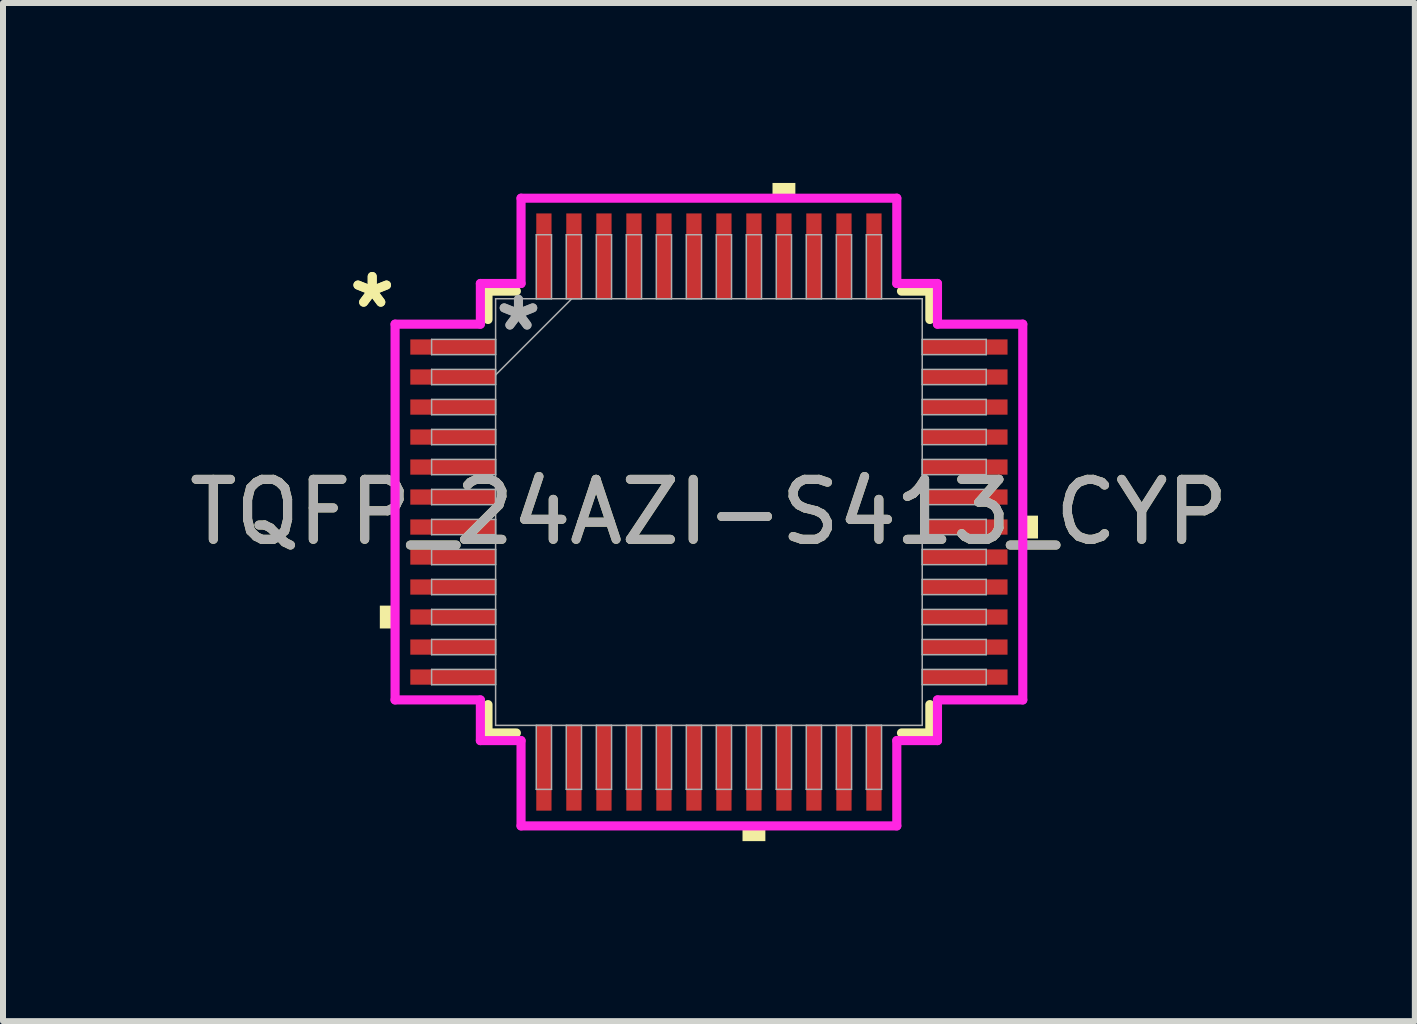
<source format=kicad_pcb>
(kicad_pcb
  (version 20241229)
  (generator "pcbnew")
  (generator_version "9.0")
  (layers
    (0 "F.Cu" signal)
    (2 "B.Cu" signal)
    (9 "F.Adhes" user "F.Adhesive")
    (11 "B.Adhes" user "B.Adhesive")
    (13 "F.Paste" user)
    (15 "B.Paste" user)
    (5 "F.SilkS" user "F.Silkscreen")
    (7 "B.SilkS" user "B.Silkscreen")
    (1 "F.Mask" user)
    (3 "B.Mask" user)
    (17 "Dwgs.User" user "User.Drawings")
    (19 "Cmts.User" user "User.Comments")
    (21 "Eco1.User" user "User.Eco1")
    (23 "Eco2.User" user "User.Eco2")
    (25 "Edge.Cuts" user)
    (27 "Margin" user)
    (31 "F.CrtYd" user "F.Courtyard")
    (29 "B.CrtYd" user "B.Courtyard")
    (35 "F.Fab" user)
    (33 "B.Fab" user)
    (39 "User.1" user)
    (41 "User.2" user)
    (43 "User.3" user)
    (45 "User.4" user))
  (footprint "TQFP_24AZI-S413_CYP"
    (layer "F.Cu")
    (at 8.768 5.486)
    (property "Reference" "TQFP_24AZI-S413_CYP" (at 0 0 0) (unlocked yes) (layer "F.SilkS") (effects (font (size 1 1) (thickness 0.15))))
    (attr smd)
    (fp_line (start -3.683 -3.683) (end -3.683 -3.21) (stroke (width 0.152) (type solid)) (layer "F.SilkS"))
    (fp_line (start -3.683 3.21) (end -3.683 3.683) (stroke (width 0.152) (type solid)) (layer "F.SilkS"))
    (fp_line (start -3.683 3.683) (end -3.21 3.683) (stroke (width 0.152) (type solid)) (layer "F.SilkS"))
    (fp_line (start -3.21 -3.683) (end -3.683 -3.683) (stroke (width 0.152) (type solid)) (layer "F.SilkS"))
    (fp_line (start 3.21 3.683) (end 3.683 3.683) (stroke (width 0.152) (type solid)) (layer "F.SilkS"))
    (fp_line (start 3.683 -3.683) (end 3.21 -3.683) (stroke (width 0.152) (type solid)) (layer "F.SilkS"))
    (fp_line (start 3.683 -3.21) (end 3.683 -3.683) (stroke (width 0.152) (type solid)) (layer "F.SilkS"))
    (fp_line (start 3.683 3.683) (end 3.683 3.21) (stroke (width 0.152) (type solid)) (layer "F.SilkS"))
    (fp_poly (pts (xy -5.486 1.56) (xy -5.486 1.941) (xy -5.232 1.941) (xy -5.232 1.56)) (stroke (width 0) (type solid)) (fill yes) (layer "F.SilkS"))
    (fp_poly (pts (xy 0.56 5.232) (xy 0.56 5.486) (xy 0.941 5.486) (xy 0.941 5.232)) (stroke (width 0) (type solid)) (fill yes) (layer "F.SilkS"))
    (fp_poly (pts (xy 1.06 -5.232) (xy 1.06 -5.486) (xy 1.441 -5.486) (xy 1.441 -5.232)) (stroke (width 0) (type solid)) (fill yes) (layer "F.SilkS"))
    (fp_poly (pts (xy 5.486 0.06) (xy 5.486 0.441) (xy 5.232 0.441) (xy 5.232 0.06)) (stroke (width 0) (type solid)) (fill yes) (layer "F.SilkS"))
    (fp_line (start -5.232 -3.132) (end -3.81 -3.132) (stroke (width 0.152) (type solid)) (layer "F.CrtYd"))
    (fp_line (start -5.232 3.132) (end -5.232 -3.132) (stroke (width 0.152) (type solid)) (layer "F.CrtYd"))
    (fp_line (start -3.81 -3.81) (end -3.132 -3.81) (stroke (width 0.152) (type solid)) (layer "F.CrtYd"))
    (fp_line (start -3.81 -3.132) (end -3.81 -3.81) (stroke (width 0.152) (type solid)) (layer "F.CrtYd"))
    (fp_line (start -3.81 3.132) (end -5.232 3.132) (stroke (width 0.152) (type solid)) (layer "F.CrtYd"))
    (fp_line (start -3.81 3.81) (end -3.81 3.132) (stroke (width 0.152) (type solid)) (layer "F.CrtYd"))
    (fp_line (start -3.81 3.81) (end -3.132 3.81) (stroke (width 0.152) (type solid)) (layer "F.CrtYd"))
    (fp_line (start -3.132 -5.232) (end 3.132 -5.232) (stroke (width 0.152) (type solid)) (layer "F.CrtYd"))
    (fp_line (start -3.132 -3.81) (end -3.132 -5.232) (stroke (width 0.152) (type solid)) (layer "F.CrtYd"))
    (fp_line (start -3.132 3.81) (end -3.132 5.232) (stroke (width 0.152) (type solid)) (layer "F.CrtYd"))
    (fp_line (start -3.132 5.232) (end 3.132 5.232) (stroke (width 0.152) (type solid)) (layer "F.CrtYd"))
    (fp_line (start 3.132 -5.232) (end 3.132 -3.81) (stroke (width 0.152) (type solid)) (layer "F.CrtYd"))
    (fp_line (start 3.132 -3.81) (end 3.81 -3.81) (stroke (width 0.152) (type solid)) (layer "F.CrtYd"))
    (fp_line (start 3.132 3.81) (end 3.81 3.81) (stroke (width 0.152) (type solid)) (layer "F.CrtYd"))
    (fp_line (start 3.132 5.232) (end 3.132 3.81) (stroke (width 0.152) (type solid)) (layer "F.CrtYd"))
    (fp_line (start 3.81 -3.132) (end 3.81 -3.81) (stroke (width 0.152) (type solid)) (layer "F.CrtYd"))
    (fp_line (start 3.81 3.132) (end 5.232 3.132) (stroke (width 0.152) (type solid)) (layer "F.CrtYd"))
    (fp_line (start 3.81 3.81) (end 3.81 3.132) (stroke (width 0.152) (type solid)) (layer "F.CrtYd"))
    (fp_line (start 5.232 -3.132) (end 3.81 -3.132) (stroke (width 0.152) (type solid)) (layer "F.CrtYd"))
    (fp_line (start 5.232 3.132) (end 5.232 -3.132) (stroke (width 0.152) (type solid)) (layer "F.CrtYd"))
    (fp_line (start -4.623 -2.878) (end -4.623 -2.624) (stroke (width 0.025) (type solid)) (layer "F.Fab"))
    (fp_line (start -4.623 -2.624) (end -3.556 -2.624) (stroke (width 0.025) (type solid)) (layer "F.Fab"))
    (fp_line (start -4.623 -2.378) (end -4.623 -2.124) (stroke (width 0.025) (type solid)) (layer "F.Fab"))
    (fp_line (start -4.623 -2.124) (end -3.556 -2.124) (stroke (width 0.025) (type solid)) (layer "F.Fab"))
    (fp_line (start -4.623 -1.877) (end -4.623 -1.623) (stroke (width 0.025) (type solid)) (layer "F.Fab"))
    (fp_line (start -4.623 -1.623) (end -3.556 -1.623) (stroke (width 0.025) (type solid)) (layer "F.Fab"))
    (fp_line (start -4.623 -1.377) (end -4.623 -1.123) (stroke (width 0.025) (type solid)) (layer "F.Fab"))
    (fp_line (start -4.623 -1.123) (end -3.556 -1.123) (stroke (width 0.025) (type solid)) (layer "F.Fab"))
    (fp_line (start -4.623 -0.877) (end -4.623 -0.623) (stroke (width 0.025) (type solid)) (layer "F.Fab"))
    (fp_line (start -4.623 -0.623) (end -3.556 -0.623) (stroke (width 0.025) (type solid)) (layer "F.Fab"))
    (fp_line (start -4.623 -0.377) (end -4.623 -0.123) (stroke (width 0.025) (type solid)) (layer "F.Fab"))
    (fp_line (start -4.623 -0.123) (end -3.556 -0.123) (stroke (width 0.025) (type solid)) (layer "F.Fab"))
    (fp_line (start -4.623 0.123) (end -4.623 0.377) (stroke (width 0.025) (type solid)) (layer "F.Fab"))
    (fp_line (start -4.623 0.377) (end -3.556 0.377) (stroke (width 0.025) (type solid)) (layer "F.Fab"))
    (fp_line (start -4.623 0.623) (end -4.623 0.877) (stroke (width 0.025) (type solid)) (layer "F.Fab"))
    (fp_line (start -4.623 0.877) (end -3.556 0.877) (stroke (width 0.025) (type solid)) (layer "F.Fab"))
    (fp_line (start -4.623 1.123) (end -4.623 1.377) (stroke (width 0.025) (type solid)) (layer "F.Fab"))
    (fp_line (start -4.623 1.377) (end -3.556 1.377) (stroke (width 0.025) (type solid)) (layer "F.Fab"))
    (fp_line (start -4.623 1.623) (end -4.623 1.877) (stroke (width 0.025) (type solid)) (layer "F.Fab"))
    (fp_line (start -4.623 1.877) (end -3.556 1.877) (stroke (width 0.025) (type solid)) (layer "F.Fab"))
    (fp_line (start -4.623 2.124) (end -4.623 2.378) (stroke (width 0.025) (type solid)) (layer "F.Fab"))
    (fp_line (start -4.623 2.378) (end -3.556 2.378) (stroke (width 0.025) (type solid)) (layer "F.Fab"))
    (fp_line (start -4.623 2.624) (end -4.623 2.878) (stroke (width 0.025) (type solid)) (layer "F.Fab"))
    (fp_line (start -4.623 2.878) (end -3.556 2.878) (stroke (width 0.025) (type solid)) (layer "F.Fab"))
    (fp_line (start -3.556 -3.556) (end -3.556 -3.556) (stroke (width 0.025) (type solid)) (layer "F.Fab"))
    (fp_line (start -3.556 -3.556) (end -3.556 3.556) (stroke (width 0.025) (type solid)) (layer "F.Fab"))
    (fp_line (start -3.556 -2.878) (end -4.623 -2.878) (stroke (width 0.025) (type solid)) (layer "F.Fab"))
    (fp_line (start -3.556 -2.624) (end -3.556 -2.878) (stroke (width 0.025) (type solid)) (layer "F.Fab"))
    (fp_line (start -3.556 -2.378) (end -4.623 -2.378) (stroke (width 0.025) (type solid)) (layer "F.Fab"))
    (fp_line (start -3.556 -2.286) (end -2.286 -3.556) (stroke (width 0.025) (type solid)) (layer "F.Fab"))
    (fp_line (start -3.556 -2.124) (end -3.556 -2.378) (stroke (width 0.025) (type solid)) (layer "F.Fab"))
    (fp_line (start -3.556 -1.877) (end -4.623 -1.877) (stroke (width 0.025) (type solid)) (layer "F.Fab"))
    (fp_line (start -3.556 -1.623) (end -3.556 -1.877) (stroke (width 0.025) (type solid)) (layer "F.Fab"))
    (fp_line (start -3.556 -1.377) (end -4.623 -1.377) (stroke (width 0.025) (type solid)) (layer "F.Fab"))
    (fp_line (start -3.556 -1.123) (end -3.556 -1.377) (stroke (width 0.025) (type solid)) (layer "F.Fab"))
    (fp_line (start -3.556 -0.877) (end -4.623 -0.877) (stroke (width 0.025) (type solid)) (layer "F.Fab"))
    (fp_line (start -3.556 -0.623) (end -3.556 -0.877) (stroke (width 0.025) (type solid)) (layer "F.Fab"))
    (fp_line (start -3.556 -0.377) (end -4.623 -0.377) (stroke (width 0.025) (type solid)) (layer "F.Fab"))
    (fp_line (start -3.556 -0.123) (end -3.556 -0.377) (stroke (width 0.025) (type solid)) (layer "F.Fab"))
    (fp_line (start -3.556 0.123) (end -4.623 0.123) (stroke (width 0.025) (type solid)) (layer "F.Fab"))
    (fp_line (start -3.556 0.377) (end -3.556 0.123) (stroke (width 0.025) (type solid)) (layer "F.Fab"))
    (fp_line (start -3.556 0.623) (end -4.623 0.623) (stroke (width 0.025) (type solid)) (layer "F.Fab"))
    (fp_line (start -3.556 0.877) (end -3.556 0.623) (stroke (width 0.025) (type solid)) (layer "F.Fab"))
    (fp_line (start -3.556 1.123) (end -4.623 1.123) (stroke (width 0.025) (type solid)) (layer "F.Fab"))
    (fp_line (start -3.556 1.377) (end -3.556 1.123) (stroke (width 0.025) (type solid)) (layer "F.Fab"))
    (fp_line (start -3.556 1.623) (end -4.623 1.623) (stroke (width 0.025) (type solid)) (layer "F.Fab"))
    (fp_line (start -3.556 1.877) (end -3.556 1.623) (stroke (width 0.025) (type solid)) (layer "F.Fab"))
    (fp_line (start -3.556 2.124) (end -4.623 2.124) (stroke (width 0.025) (type solid)) (layer "F.Fab"))
    (fp_line (start -3.556 2.378) (end -3.556 2.124) (stroke (width 0.025) (type solid)) (layer "F.Fab"))
    (fp_line (start -3.556 2.624) (end -4.623 2.624) (stroke (width 0.025) (type solid)) (layer "F.Fab"))
    (fp_line (start -3.556 2.878) (end -3.556 2.624) (stroke (width 0.025) (type solid)) (layer "F.Fab"))
    (fp_line (start -3.556 3.556) (end -3.556 3.556) (stroke (width 0.025) (type solid)) (layer "F.Fab"))
    (fp_line (start -3.556 3.556) (end 3.556 3.556) (stroke (width 0.025) (type solid)) (layer "F.Fab"))
    (fp_line (start -2.878 -4.623) (end -2.878 -3.556) (stroke (width 0.025) (type solid)) (layer "F.Fab"))
    (fp_line (start -2.878 -3.556) (end -2.624 -3.556) (stroke (width 0.025) (type solid)) (layer "F.Fab"))
    (fp_line (start -2.878 3.556) (end -2.878 4.623) (stroke (width 0.025) (type solid)) (layer "F.Fab"))
    (fp_line (start -2.878 4.623) (end -2.624 4.623) (stroke (width 0.025) (type solid)) (layer "F.Fab"))
    (fp_line (start -2.624 -4.623) (end -2.878 -4.623) (stroke (width 0.025) (type solid)) (layer "F.Fab"))
    (fp_line (start -2.624 -3.556) (end -2.624 -4.623) (stroke (width 0.025) (type solid)) (layer "F.Fab"))
    (fp_line (start -2.624 3.556) (end -2.878 3.556) (stroke (width 0.025) (type solid)) (layer "F.Fab"))
    (fp_line (start -2.624 4.623) (end -2.624 3.556) (stroke (width 0.025) (type solid)) (layer "F.Fab"))
    (fp_line (start -2.378 -4.623) (end -2.378 -3.556) (stroke (width 0.025) (type solid)) (layer "F.Fab"))
    (fp_line (start -2.378 -3.556) (end -2.124 -3.556) (stroke (width 0.025) (type solid)) (layer "F.Fab"))
    (fp_line (start -2.378 3.556) (end -2.378 4.623) (stroke (width 0.025) (type solid)) (layer "F.Fab"))
    (fp_line (start -2.378 4.623) (end -2.124 4.623) (stroke (width 0.025) (type solid)) (layer "F.Fab"))
    (fp_line (start -2.124 -4.623) (end -2.378 -4.623) (stroke (width 0.025) (type solid)) (layer "F.Fab"))
    (fp_line (start -2.124 -3.556) (end -2.124 -4.623) (stroke (width 0.025) (type solid)) (layer "F.Fab"))
    (fp_line (start -2.124 3.556) (end -2.378 3.556) (stroke (width 0.025) (type solid)) (layer "F.Fab"))
    (fp_line (start -2.124 4.623) (end -2.124 3.556) (stroke (width 0.025) (type solid)) (layer "F.Fab"))
    (fp_line (start -1.877 -4.623) (end -1.877 -3.556) (stroke (width 0.025) (type solid)) (layer "F.Fab"))
    (fp_line (start -1.877 -3.556) (end -1.623 -3.556) (stroke (width 0.025) (type solid)) (layer "F.Fab"))
    (fp_line (start -1.877 3.556) (end -1.877 4.623) (stroke (width 0.025) (type solid)) (layer "F.Fab"))
    (fp_line (start -1.877 4.623) (end -1.623 4.623) (stroke (width 0.025) (type solid)) (layer "F.Fab"))
    (fp_line (start -1.623 -4.623) (end -1.877 -4.623) (stroke (width 0.025) (type solid)) (layer "F.Fab"))
    (fp_line (start -1.623 -3.556) (end -1.623 -4.623) (stroke (width 0.025) (type solid)) (layer "F.Fab"))
    (fp_line (start -1.623 3.556) (end -1.877 3.556) (stroke (width 0.025) (type solid)) (layer "F.Fab"))
    (fp_line (start -1.623 4.623) (end -1.623 3.556) (stroke (width 0.025) (type solid)) (layer "F.Fab"))
    (fp_line (start -1.377 -4.623) (end -1.377 -3.556) (stroke (width 0.025) (type solid)) (layer "F.Fab"))
    (fp_line (start -1.377 -3.556) (end -1.123 -3.556) (stroke (width 0.025) (type solid)) (layer "F.Fab"))
    (fp_line (start -1.377 3.556) (end -1.377 4.623) (stroke (width 0.025) (type solid)) (layer "F.Fab"))
    (fp_line (start -1.377 4.623) (end -1.123 4.623) (stroke (width 0.025) (type solid)) (layer "F.Fab"))
    (fp_line (start -1.123 -4.623) (end -1.377 -4.623) (stroke (width 0.025) (type solid)) (layer "F.Fab"))
    (fp_line (start -1.123 -3.556) (end -1.123 -4.623) (stroke (width 0.025) (type solid)) (layer "F.Fab"))
    (fp_line (start -1.123 3.556) (end -1.377 3.556) (stroke (width 0.025) (type solid)) (layer "F.Fab"))
    (fp_line (start -1.123 4.623) (end -1.123 3.556) (stroke (width 0.025) (type solid)) (layer "F.Fab"))
    (fp_line (start -0.877 -4.623) (end -0.877 -3.556) (stroke (width 0.025) (type solid)) (layer "F.Fab"))
    (fp_line (start -0.877 -3.556) (end -0.623 -3.556) (stroke (width 0.025) (type solid)) (layer "F.Fab"))
    (fp_line (start -0.877 3.556) (end -0.877 4.623) (stroke (width 0.025) (type solid)) (layer "F.Fab"))
    (fp_line (start -0.877 4.623) (end -0.623 4.623) (stroke (width 0.025) (type solid)) (layer "F.Fab"))
    (fp_line (start -0.623 -4.623) (end -0.877 -4.623) (stroke (width 0.025) (type solid)) (layer "F.Fab"))
    (fp_line (start -0.623 -3.556) (end -0.623 -4.623) (stroke (width 0.025) (type solid)) (layer "F.Fab"))
    (fp_line (start -0.623 3.556) (end -0.877 3.556) (stroke (width 0.025) (type solid)) (layer "F.Fab"))
    (fp_line (start -0.623 4.623) (end -0.623 3.556) (stroke (width 0.025) (type solid)) (layer "F.Fab"))
    (fp_line (start -0.377 -4.623) (end -0.377 -3.556) (stroke (width 0.025) (type solid)) (layer "F.Fab"))
    (fp_line (start -0.377 -3.556) (end -0.123 -3.556) (stroke (width 0.025) (type solid)) (layer "F.Fab"))
    (fp_line (start -0.377 3.556) (end -0.377 4.623) (stroke (width 0.025) (type solid)) (layer "F.Fab"))
    (fp_line (start -0.377 4.623) (end -0.123 4.623) (stroke (width 0.025) (type solid)) (layer "F.Fab"))
    (fp_line (start -0.123 -4.623) (end -0.377 -4.623) (stroke (width 0.025) (type solid)) (layer "F.Fab"))
    (fp_line (start -0.123 -3.556) (end -0.123 -4.623) (stroke (width 0.025) (type solid)) (layer "F.Fab"))
    (fp_line (start -0.123 3.556) (end -0.377 3.556) (stroke (width 0.025) (type solid)) (layer "F.Fab"))
    (fp_line (start -0.123 4.623) (end -0.123 3.556) (stroke (width 0.025) (type solid)) (layer "F.Fab"))
    (fp_line (start 0.123 -4.623) (end 0.123 -3.556) (stroke (width 0.025) (type solid)) (layer "F.Fab"))
    (fp_line (start 0.123 -3.556) (end 0.377 -3.556) (stroke (width 0.025) (type solid)) (layer "F.Fab"))
    (fp_line (start 0.123 3.556) (end 0.123 4.623) (stroke (width 0.025) (type solid)) (layer "F.Fab"))
    (fp_line (start 0.123 4.623) (end 0.377 4.623) (stroke (width 0.025) (type solid)) (layer "F.Fab"))
    (fp_line (start 0.377 -4.623) (end 0.123 -4.623) (stroke (width 0.025) (type solid)) (layer "F.Fab"))
    (fp_line (start 0.377 -3.556) (end 0.377 -4.623) (stroke (width 0.025) (type solid)) (layer "F.Fab"))
    (fp_line (start 0.377 3.556) (end 0.123 3.556) (stroke (width 0.025) (type solid)) (layer "F.Fab"))
    (fp_line (start 0.377 4.623) (end 0.377 3.556) (stroke (width 0.025) (type solid)) (layer "F.Fab"))
    (fp_line (start 0.623 -4.623) (end 0.623 -3.556) (stroke (width 0.025) (type solid)) (layer "F.Fab"))
    (fp_line (start 0.623 -3.556) (end 0.877 -3.556) (stroke (width 0.025) (type solid)) (layer "F.Fab"))
    (fp_line (start 0.623 3.556) (end 0.623 4.623) (stroke (width 0.025) (type solid)) (layer "F.Fab"))
    (fp_line (start 0.623 4.623) (end 0.877 4.623) (stroke (width 0.025) (type solid)) (layer "F.Fab"))
    (fp_line (start 0.877 -4.623) (end 0.623 -4.623) (stroke (width 0.025) (type solid)) (layer "F.Fab"))
    (fp_line (start 0.877 -3.556) (end 0.877 -4.623) (stroke (width 0.025) (type solid)) (layer "F.Fab"))
    (fp_line (start 0.877 3.556) (end 0.623 3.556) (stroke (width 0.025) (type solid)) (layer "F.Fab"))
    (fp_line (start 0.877 4.623) (end 0.877 3.556) (stroke (width 0.025) (type solid)) (layer "F.Fab"))
    (fp_line (start 1.123 -4.623) (end 1.123 -3.556) (stroke (width 0.025) (type solid)) (layer "F.Fab"))
    (fp_line (start 1.123 -3.556) (end 1.377 -3.556) (stroke (width 0.025) (type solid)) (layer "F.Fab"))
    (fp_line (start 1.123 3.556) (end 1.123 4.623) (stroke (width 0.025) (type solid)) (layer "F.Fab"))
    (fp_line (start 1.123 4.623) (end 1.377 4.623) (stroke (width 0.025) (type solid)) (layer "F.Fab"))
    (fp_line (start 1.377 -4.623) (end 1.123 -4.623) (stroke (width 0.025) (type solid)) (layer "F.Fab"))
    (fp_line (start 1.377 -3.556) (end 1.377 -4.623) (stroke (width 0.025) (type solid)) (layer "F.Fab"))
    (fp_line (start 1.377 3.556) (end 1.123 3.556) (stroke (width 0.025) (type solid)) (layer "F.Fab"))
    (fp_line (start 1.377 4.623) (end 1.377 3.556) (stroke (width 0.025) (type solid)) (layer "F.Fab"))
    (fp_line (start 1.623 -4.623) (end 1.623 -3.556) (stroke (width 0.025) (type solid)) (layer "F.Fab"))
    (fp_line (start 1.623 -3.556) (end 1.877 -3.556) (stroke (width 0.025) (type solid)) (layer "F.Fab"))
    (fp_line (start 1.623 3.556) (end 1.623 4.623) (stroke (width 0.025) (type solid)) (layer "F.Fab"))
    (fp_line (start 1.623 4.623) (end 1.877 4.623) (stroke (width 0.025) (type solid)) (layer "F.Fab"))
    (fp_line (start 1.877 -4.623) (end 1.623 -4.623) (stroke (width 0.025) (type solid)) (layer "F.Fab"))
    (fp_line (start 1.877 -3.556) (end 1.877 -4.623) (stroke (width 0.025) (type solid)) (layer "F.Fab"))
    (fp_line (start 1.877 3.556) (end 1.623 3.556) (stroke (width 0.025) (type solid)) (layer "F.Fab"))
    (fp_line (start 1.877 4.623) (end 1.877 3.556) (stroke (width 0.025) (type solid)) (layer "F.Fab"))
    (fp_line (start 2.124 -4.623) (end 2.124 -3.556) (stroke (width 0.025) (type solid)) (layer "F.Fab"))
    (fp_line (start 2.124 -3.556) (end 2.378 -3.556) (stroke (width 0.025) (type solid)) (layer "F.Fab"))
    (fp_line (start 2.124 3.556) (end 2.124 4.623) (stroke (width 0.025) (type solid)) (layer "F.Fab"))
    (fp_line (start 2.124 4.623) (end 2.378 4.623) (stroke (width 0.025) (type solid)) (layer "F.Fab"))
    (fp_line (start 2.378 -4.623) (end 2.124 -4.623) (stroke (width 0.025) (type solid)) (layer "F.Fab"))
    (fp_line (start 2.378 -3.556) (end 2.378 -4.623) (stroke (width 0.025) (type solid)) (layer "F.Fab"))
    (fp_line (start 2.378 3.556) (end 2.124 3.556) (stroke (width 0.025) (type solid)) (layer "F.Fab"))
    (fp_line (start 2.378 4.623) (end 2.378 3.556) (stroke (width 0.025) (type solid)) (layer "F.Fab"))
    (fp_line (start 2.624 -4.623) (end 2.624 -3.556) (stroke (width 0.025) (type solid)) (layer "F.Fab"))
    (fp_line (start 2.624 -3.556) (end 2.878 -3.556) (stroke (width 0.025) (type solid)) (layer "F.Fab"))
    (fp_line (start 2.624 3.556) (end 2.624 4.623) (stroke (width 0.025) (type solid)) (layer "F.Fab"))
    (fp_line (start 2.624 4.623) (end 2.878 4.623) (stroke (width 0.025) (type solid)) (layer "F.Fab"))
    (fp_line (start 2.878 -4.623) (end 2.624 -4.623) (stroke (width 0.025) (type solid)) (layer "F.Fab"))
    (fp_line (start 2.878 -3.556) (end 2.878 -4.623) (stroke (width 0.025) (type solid)) (layer "F.Fab"))
    (fp_line (start 2.878 3.556) (end 2.624 3.556) (stroke (width 0.025) (type solid)) (layer "F.Fab"))
    (fp_line (start 2.878 4.623) (end 2.878 3.556) (stroke (width 0.025) (type solid)) (layer "F.Fab"))
    (fp_line (start 3.556 -3.556) (end -3.556 -3.556) (stroke (width 0.025) (type solid)) (layer "F.Fab"))
    (fp_line (start 3.556 -3.556) (end 3.556 -3.556) (stroke (width 0.025) (type solid)) (layer "F.Fab"))
    (fp_line (start 3.556 -2.878) (end 3.556 -2.624) (stroke (width 0.025) (type solid)) (layer "F.Fab"))
    (fp_line (start 3.556 -2.624) (end 4.623 -2.624) (stroke (width 0.025) (type solid)) (layer "F.Fab"))
    (fp_line (start 3.556 -2.378) (end 3.556 -2.124) (stroke (width 0.025) (type solid)) (layer "F.Fab"))
    (fp_line (start 3.556 -2.124) (end 4.623 -2.124) (stroke (width 0.025) (type solid)) (layer "F.Fab"))
    (fp_line (start 3.556 -1.877) (end 3.556 -1.623) (stroke (width 0.025) (type solid)) (layer "F.Fab"))
    (fp_line (start 3.556 -1.623) (end 4.623 -1.623) (stroke (width 0.025) (type solid)) (layer "F.Fab"))
    (fp_line (start 3.556 -1.377) (end 3.556 -1.123) (stroke (width 0.025) (type solid)) (layer "F.Fab"))
    (fp_line (start 3.556 -1.123) (end 4.623 -1.123) (stroke (width 0.025) (type solid)) (layer "F.Fab"))
    (fp_line (start 3.556 -0.877) (end 3.556 -0.623) (stroke (width 0.025) (type solid)) (layer "F.Fab"))
    (fp_line (start 3.556 -0.623) (end 4.623 -0.623) (stroke (width 0.025) (type solid)) (layer "F.Fab"))
    (fp_line (start 3.556 -0.377) (end 3.556 -0.123) (stroke (width 0.025) (type solid)) (layer "F.Fab"))
    (fp_line (start 3.556 -0.123) (end 4.623 -0.123) (stroke (width 0.025) (type solid)) (layer "F.Fab"))
    (fp_line (start 3.556 0.123) (end 3.556 0.377) (stroke (width 0.025) (type solid)) (layer "F.Fab"))
    (fp_line (start 3.556 0.377) (end 4.623 0.377) (stroke (width 0.025) (type solid)) (layer "F.Fab"))
    (fp_line (start 3.556 0.623) (end 3.556 0.877) (stroke (width 0.025) (type solid)) (layer "F.Fab"))
    (fp_line (start 3.556 0.877) (end 4.623 0.877) (stroke (width 0.025) (type solid)) (layer "F.Fab"))
    (fp_line (start 3.556 1.123) (end 3.556 1.377) (stroke (width 0.025) (type solid)) (layer "F.Fab"))
    (fp_line (start 3.556 1.377) (end 4.623 1.377) (stroke (width 0.025) (type solid)) (layer "F.Fab"))
    (fp_line (start 3.556 1.623) (end 3.556 1.877) (stroke (width 0.025) (type solid)) (layer "F.Fab"))
    (fp_line (start 3.556 1.877) (end 4.623 1.877) (stroke (width 0.025) (type solid)) (layer "F.Fab"))
    (fp_line (start 3.556 2.124) (end 3.556 2.378) (stroke (width 0.025) (type solid)) (layer "F.Fab"))
    (fp_line (start 3.556 2.378) (end 4.623 2.378) (stroke (width 0.025) (type solid)) (layer "F.Fab"))
    (fp_line (start 3.556 2.624) (end 3.556 2.878) (stroke (width 0.025) (type solid)) (layer "F.Fab"))
    (fp_line (start 3.556 2.878) (end 4.623 2.878) (stroke (width 0.025) (type solid)) (layer "F.Fab"))
    (fp_line (start 3.556 3.556) (end 3.556 -3.556) (stroke (width 0.025) (type solid)) (layer "F.Fab"))
    (fp_line (start 3.556 3.556) (end 3.556 3.556) (stroke (width 0.025) (type solid)) (layer "F.Fab"))
    (fp_line (start 4.623 -2.878) (end 3.556 -2.878) (stroke (width 0.025) (type solid)) (layer "F.Fab"))
    (fp_line (start 4.623 -2.624) (end 4.623 -2.878) (stroke (width 0.025) (type solid)) (layer "F.Fab"))
    (fp_line (start 4.623 -2.378) (end 3.556 -2.378) (stroke (width 0.025) (type solid)) (layer "F.Fab"))
    (fp_line (start 4.623 -2.124) (end 4.623 -2.378) (stroke (width 0.025) (type solid)) (layer "F.Fab"))
    (fp_line (start 4.623 -1.877) (end 3.556 -1.877) (stroke (width 0.025) (type solid)) (layer "F.Fab"))
    (fp_line (start 4.623 -1.623) (end 4.623 -1.877) (stroke (width 0.025) (type solid)) (layer "F.Fab"))
    (fp_line (start 4.623 -1.377) (end 3.556 -1.377) (stroke (width 0.025) (type solid)) (layer "F.Fab"))
    (fp_line (start 4.623 -1.123) (end 4.623 -1.377) (stroke (width 0.025) (type solid)) (layer "F.Fab"))
    (fp_line (start 4.623 -0.877) (end 3.556 -0.877) (stroke (width 0.025) (type solid)) (layer "F.Fab"))
    (fp_line (start 4.623 -0.623) (end 4.623 -0.877) (stroke (width 0.025) (type solid)) (layer "F.Fab"))
    (fp_line (start 4.623 -0.377) (end 3.556 -0.377) (stroke (width 0.025) (type solid)) (layer "F.Fab"))
    (fp_line (start 4.623 -0.123) (end 4.623 -0.377) (stroke (width 0.025) (type solid)) (layer "F.Fab"))
    (fp_line (start 4.623 0.123) (end 3.556 0.123) (stroke (width 0.025) (type solid)) (layer "F.Fab"))
    (fp_line (start 4.623 0.377) (end 4.623 0.123) (stroke (width 0.025) (type solid)) (layer "F.Fab"))
    (fp_line (start 4.623 0.623) (end 3.556 0.623) (stroke (width 0.025) (type solid)) (layer "F.Fab"))
    (fp_line (start 4.623 0.877) (end 4.623 0.623) (stroke (width 0.025) (type solid)) (layer "F.Fab"))
    (fp_line (start 4.623 1.123) (end 3.556 1.123) (stroke (width 0.025) (type solid)) (layer "F.Fab"))
    (fp_line (start 4.623 1.377) (end 4.623 1.123) (stroke (width 0.025) (type solid)) (layer "F.Fab"))
    (fp_line (start 4.623 1.623) (end 3.556 1.623) (stroke (width 0.025) (type solid)) (layer "F.Fab"))
    (fp_line (start 4.623 1.877) (end 4.623 1.623) (stroke (width 0.025) (type solid)) (layer "F.Fab"))
    (fp_line (start 4.623 2.124) (end 3.556 2.124) (stroke (width 0.025) (type solid)) (layer "F.Fab"))
    (fp_line (start 4.623 2.378) (end 4.623 2.124) (stroke (width 0.025) (type solid)) (layer "F.Fab"))
    (fp_line (start 4.623 2.624) (end 3.556 2.624) (stroke (width 0.025) (type solid)) (layer "F.Fab"))
    (fp_line (start 4.623 2.878) (end 4.623 2.624) (stroke (width 0.025) (type solid)) (layer "F.Fab"))
    (fp_text user "*" (at -5.613 -3.382 0) (layer "F.SilkS") (effects (font (size 1 1) (thickness 0.15))))
    (fp_text user "*" (at -5.613 -3.382 0) (unlocked yes) (layer "F.SilkS") (effects (font (size 1 1) (thickness 0.15))))
    (fp_text user "${REFERENCE}" (at 0 0 0) (unlocked yes) (layer "F.Fab") (effects (font (size 1 1) (thickness 0.15))))
    (fp_text user "*" (at -3.175 -3.001 0) (unlocked yes) (layer "F.Fab") (effects (font (size 1 1) (thickness 0.15))))
    (fp_text user "*" (at -3.175 -3.001 0) (layer "F.Fab") (effects (font (size 1 1) (thickness 0.15))))
    (pad "1" smd rect (at -4.267 -2.751 90) (size 0.254 1.422) (layers "F.Cu" "F.Mask" "F.Paste"))
    (pad "2" smd rect (at -4.267 -2.251 90) (size 0.254 1.422) (layers "F.Cu" "F.Mask" "F.Paste"))
    (pad "3" smd rect (at -4.267 -1.75 90) (size 0.254 1.422) (layers "F.Cu" "F.Mask" "F.Paste"))
    (pad "4" smd rect (at -4.267 -1.25 90) (size 0.254 1.422) (layers "F.Cu" "F.Mask" "F.Paste"))
    (pad "5" smd rect (at -4.267 -0.75 90) (size 0.254 1.422) (layers "F.Cu" "F.Mask" "F.Paste"))
    (pad "6" smd rect (at -4.267 -0.25 90) (size 0.254 1.422) (layers "F.Cu" "F.Mask" "F.Paste"))
    (pad "7" smd rect (at -4.267 0.25 90) (size 0.254 1.422) (layers "F.Cu" "F.Mask" "F.Paste"))
    (pad "8" smd rect (at -4.267 0.75 90) (size 0.254 1.422) (layers "F.Cu" "F.Mask" "F.Paste"))
    (pad "9" smd rect (at -4.267 1.25 90) (size 0.254 1.422) (layers "F.Cu" "F.Mask" "F.Paste"))
    (pad "10" smd rect (at -4.267 1.75 90) (size 0.254 1.422) (layers "F.Cu" "F.Mask" "F.Paste"))
    (pad "11" smd rect (at -4.267 2.251 90) (size 0.254 1.422) (layers "F.Cu" "F.Mask" "F.Paste"))
    (pad "12" smd rect (at -4.267 2.751 90) (size 0.254 1.422) (layers "F.Cu" "F.Mask" "F.Paste"))
    (pad "13" smd rect (at -2.751 4.267) (size 0.254 1.422) (layers "F.Cu" "F.Mask" "F.Paste"))
    (pad "14" smd rect (at -2.251 4.267) (size 0.254 1.422) (layers "F.Cu" "F.Mask" "F.Paste"))
    (pad "15" smd rect (at -1.75 4.267) (size 0.254 1.422) (layers "F.Cu" "F.Mask" "F.Paste"))
    (pad "16" smd rect (at -1.25 4.267) (size 0.254 1.422) (layers "F.Cu" "F.Mask" "F.Paste"))
    (pad "17" smd rect (at -0.75 4.267) (size 0.254 1.422) (layers "F.Cu" "F.Mask" "F.Paste"))
    (pad "18" smd rect (at -0.25 4.267) (size 0.254 1.422) (layers "F.Cu" "F.Mask" "F.Paste"))
    (pad "19" smd rect (at 0.25 4.267) (size 0.254 1.422) (layers "F.Cu" "F.Mask" "F.Paste"))
    (pad "20" smd rect (at 0.75 4.267) (size 0.254 1.422) (layers "F.Cu" "F.Mask" "F.Paste"))
    (pad "21" smd rect (at 1.25 4.267) (size 0.254 1.422) (layers "F.Cu" "F.Mask" "F.Paste"))
    (pad "22" smd rect (at 1.75 4.267) (size 0.254 1.422) (layers "F.Cu" "F.Mask" "F.Paste"))
    (pad "23" smd rect (at 2.251 4.267) (size 0.254 1.422) (layers "F.Cu" "F.Mask" "F.Paste"))
    (pad "24" smd rect (at 2.751 4.267) (size 0.254 1.422) (layers "F.Cu" "F.Mask" "F.Paste"))
    (pad "25" smd rect (at 4.267 2.751 90) (size 0.254 1.422) (layers "F.Cu" "F.Mask" "F.Paste"))
    (pad "26" smd rect (at 4.267 2.251 90) (size 0.254 1.422) (layers "F.Cu" "F.Mask" "F.Paste"))
    (pad "27" smd rect (at 4.267 1.75 90) (size 0.254 1.422) (layers "F.Cu" "F.Mask" "F.Paste"))
    (pad "28" smd rect (at 4.267 1.25 90) (size 0.254 1.422) (layers "F.Cu" "F.Mask" "F.Paste"))
    (pad "29" smd rect (at 4.267 0.75 90) (size 0.254 1.422) (layers "F.Cu" "F.Mask" "F.Paste"))
    (pad "30" smd rect (at 4.267 0.25 90) (size 0.254 1.422) (layers "F.Cu" "F.Mask" "F.Paste"))
    (pad "31" smd rect (at 4.267 -0.25 90) (size 0.254 1.422) (layers "F.Cu" "F.Mask" "F.Paste"))
    (pad "32" smd rect (at 4.267 -0.75 90) (size 0.254 1.422) (layers "F.Cu" "F.Mask" "F.Paste"))
    (pad "33" smd rect (at 4.267 -1.25 90) (size 0.254 1.422) (layers "F.Cu" "F.Mask" "F.Paste"))
    (pad "34" smd rect (at 4.267 -1.75 90) (size 0.254 1.422) (layers "F.Cu" "F.Mask" "F.Paste"))
    (pad "35" smd rect (at 4.267 -2.251 90) (size 0.254 1.422) (layers "F.Cu" "F.Mask" "F.Paste"))
    (pad "36" smd rect (at 4.267 -2.751 90) (size 0.254 1.422) (layers "F.Cu" "F.Mask" "F.Paste"))
    (pad "37" smd rect (at 2.751 -4.267) (size 0.254 1.422) (layers "F.Cu" "F.Mask" "F.Paste"))
    (pad "38" smd rect (at 2.251 -4.267) (size 0.254 1.422) (layers "F.Cu" "F.Mask" "F.Paste"))
    (pad "39" smd rect (at 1.75 -4.267) (size 0.254 1.422) (layers "F.Cu" "F.Mask" "F.Paste"))
    (pad "40" smd rect (at 1.25 -4.267) (size 0.254 1.422) (layers "F.Cu" "F.Mask" "F.Paste"))
    (pad "41" smd rect (at 0.75 -4.267) (size 0.254 1.422) (layers "F.Cu" "F.Mask" "F.Paste"))
    (pad "42" smd rect (at 0.25 -4.267) (size 0.254 1.422) (layers "F.Cu" "F.Mask" "F.Paste"))
    (pad "43" smd rect (at -0.25 -4.267) (size 0.254 1.422) (layers "F.Cu" "F.Mask" "F.Paste"))
    (pad "44" smd rect (at -0.75 -4.267) (size 0.254 1.422) (layers "F.Cu" "F.Mask" "F.Paste"))
    (pad "45" smd rect (at -1.25 -4.267) (size 0.254 1.422) (layers "F.Cu" "F.Mask" "F.Paste"))
    (pad "46" smd rect (at -1.75 -4.267) (size 0.254 1.422) (layers "F.Cu" "F.Mask" "F.Paste"))
    (pad "47" smd rect (at -2.251 -4.267) (size 0.254 1.422) (layers "F.Cu" "F.Mask" "F.Paste"))
    (pad "48" smd rect (at -2.751 -4.267) (size 0.254 1.422) (layers "F.Cu" "F.Mask" "F.Paste")))
  (gr_rect
    (start -3 -3)
    (end 20.536 13.973)
    (stroke (width 0.1) (type default))
    (fill no)
    (layer "Edge.Cuts")))
</source>
